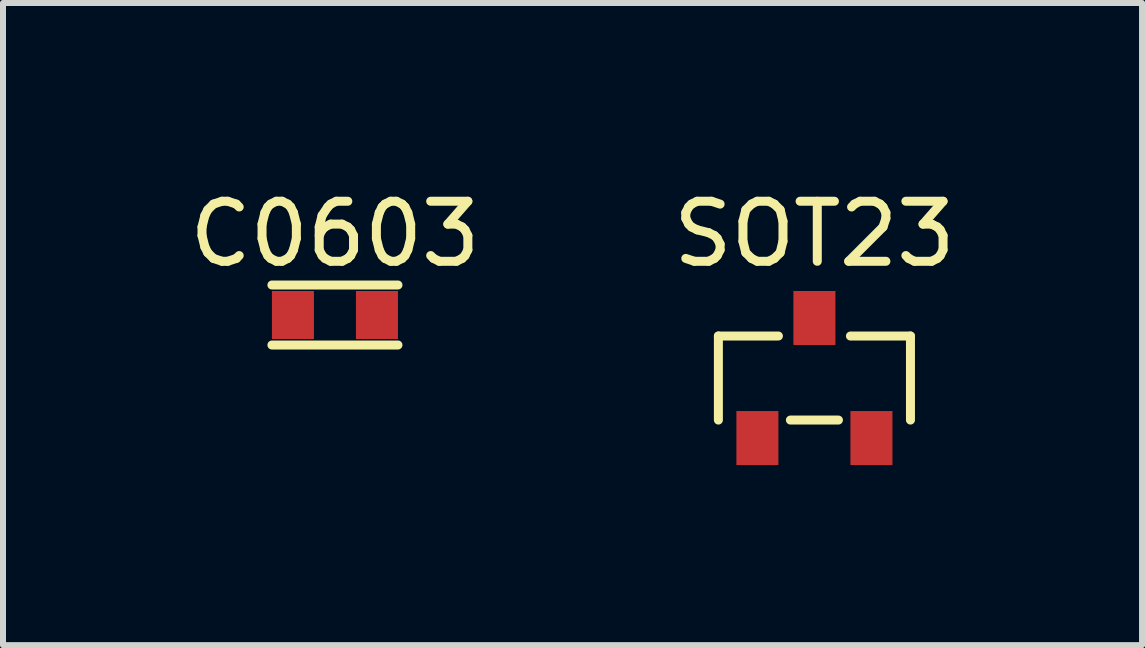
<source format=kicad_pcb>
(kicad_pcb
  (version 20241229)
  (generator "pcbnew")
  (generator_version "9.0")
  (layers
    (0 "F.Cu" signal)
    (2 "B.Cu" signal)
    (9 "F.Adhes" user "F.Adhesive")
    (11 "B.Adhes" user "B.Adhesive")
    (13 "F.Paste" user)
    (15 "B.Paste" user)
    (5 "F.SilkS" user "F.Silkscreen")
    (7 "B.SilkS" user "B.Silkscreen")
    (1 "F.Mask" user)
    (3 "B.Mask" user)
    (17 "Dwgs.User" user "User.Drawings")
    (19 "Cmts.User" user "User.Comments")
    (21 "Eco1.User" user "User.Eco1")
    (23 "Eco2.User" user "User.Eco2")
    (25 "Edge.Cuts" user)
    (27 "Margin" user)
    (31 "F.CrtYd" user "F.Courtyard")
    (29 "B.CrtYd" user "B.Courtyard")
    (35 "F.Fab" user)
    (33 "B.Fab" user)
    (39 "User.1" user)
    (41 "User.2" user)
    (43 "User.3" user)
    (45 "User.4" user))
  (footprint "SOT23"
    (layer "F.Cu")
    (at 10.518 3.248)
    (property "Reference" "SOT23" (at 0 -2.4 0) (layer "F.SilkS") (effects (font (size 1 1) (thickness 0.15))))
    (attr through_hole)
    (fp_line (start -1.6 -0.7) (end -1.6 0.7) (stroke (width 0.15) (type solid)) (layer "F.SilkS"))
    (fp_line (start -0.6 -0.7) (end -1.6 -0.7) (stroke (width 0.15) (type solid)) (layer "F.SilkS"))
    (fp_line (start 0.4 0.7) (end -0.4 0.7) (stroke (width 0.15) (type solid)) (layer "F.SilkS"))
    (fp_line (start 1.6 -0.7) (end 0.6 -0.7) (stroke (width 0.15) (type solid)) (layer "F.SilkS"))
    (fp_line (start 1.6 -0.7) (end 1.6 0.7) (stroke (width 0.15) (type solid)) (layer "F.SilkS"))
    (pad "1" smd rect (at -0.95 1) (size 0.7 0.9) (layers "F.Cu" "F.Mask" "F.Paste"))
    (pad "2" smd rect (at 0.95 1) (size 0.7 0.9) (layers "F.Cu" "F.Mask" "F.Paste"))
    (pad "3" smd rect (at 0 -1) (size 0.7 0.9) (layers "F.Cu" "F.Mask" "F.Paste")))
  (footprint "C0603"
    (layer "F.Cu")
    (at 1.83 2.198)
    (property "Reference" "C0603" (at 0.7 -1.35 0) (layer "F.SilkS") (effects (font (size 1 1) (thickness 0.15))))
    (attr through_hole)
    (fp_line (start -0.35 -0.5) (end 1.75 -0.5) (stroke (width 0.15) (type solid)) (layer "F.SilkS"))
    (fp_line (start 1.75 0.5) (end -0.35 0.5) (stroke (width 0.15) (type solid)) (layer "F.SilkS"))
    (pad "1" smd rect (at 0 0) (size 0.7 0.8) (layers "F.Cu" "F.Mask" "F.Paste"))
    (pad "2" smd rect (at 1.4 0) (size 0.7 0.8) (layers "F.Cu" "F.Mask" "F.Paste")))
  (gr_rect
    (start -3 -3)
    (end 15.976 7.698)
    (stroke (width 0.1) (type default))
    (fill no)
    (layer "Edge.Cuts")))
</source>
